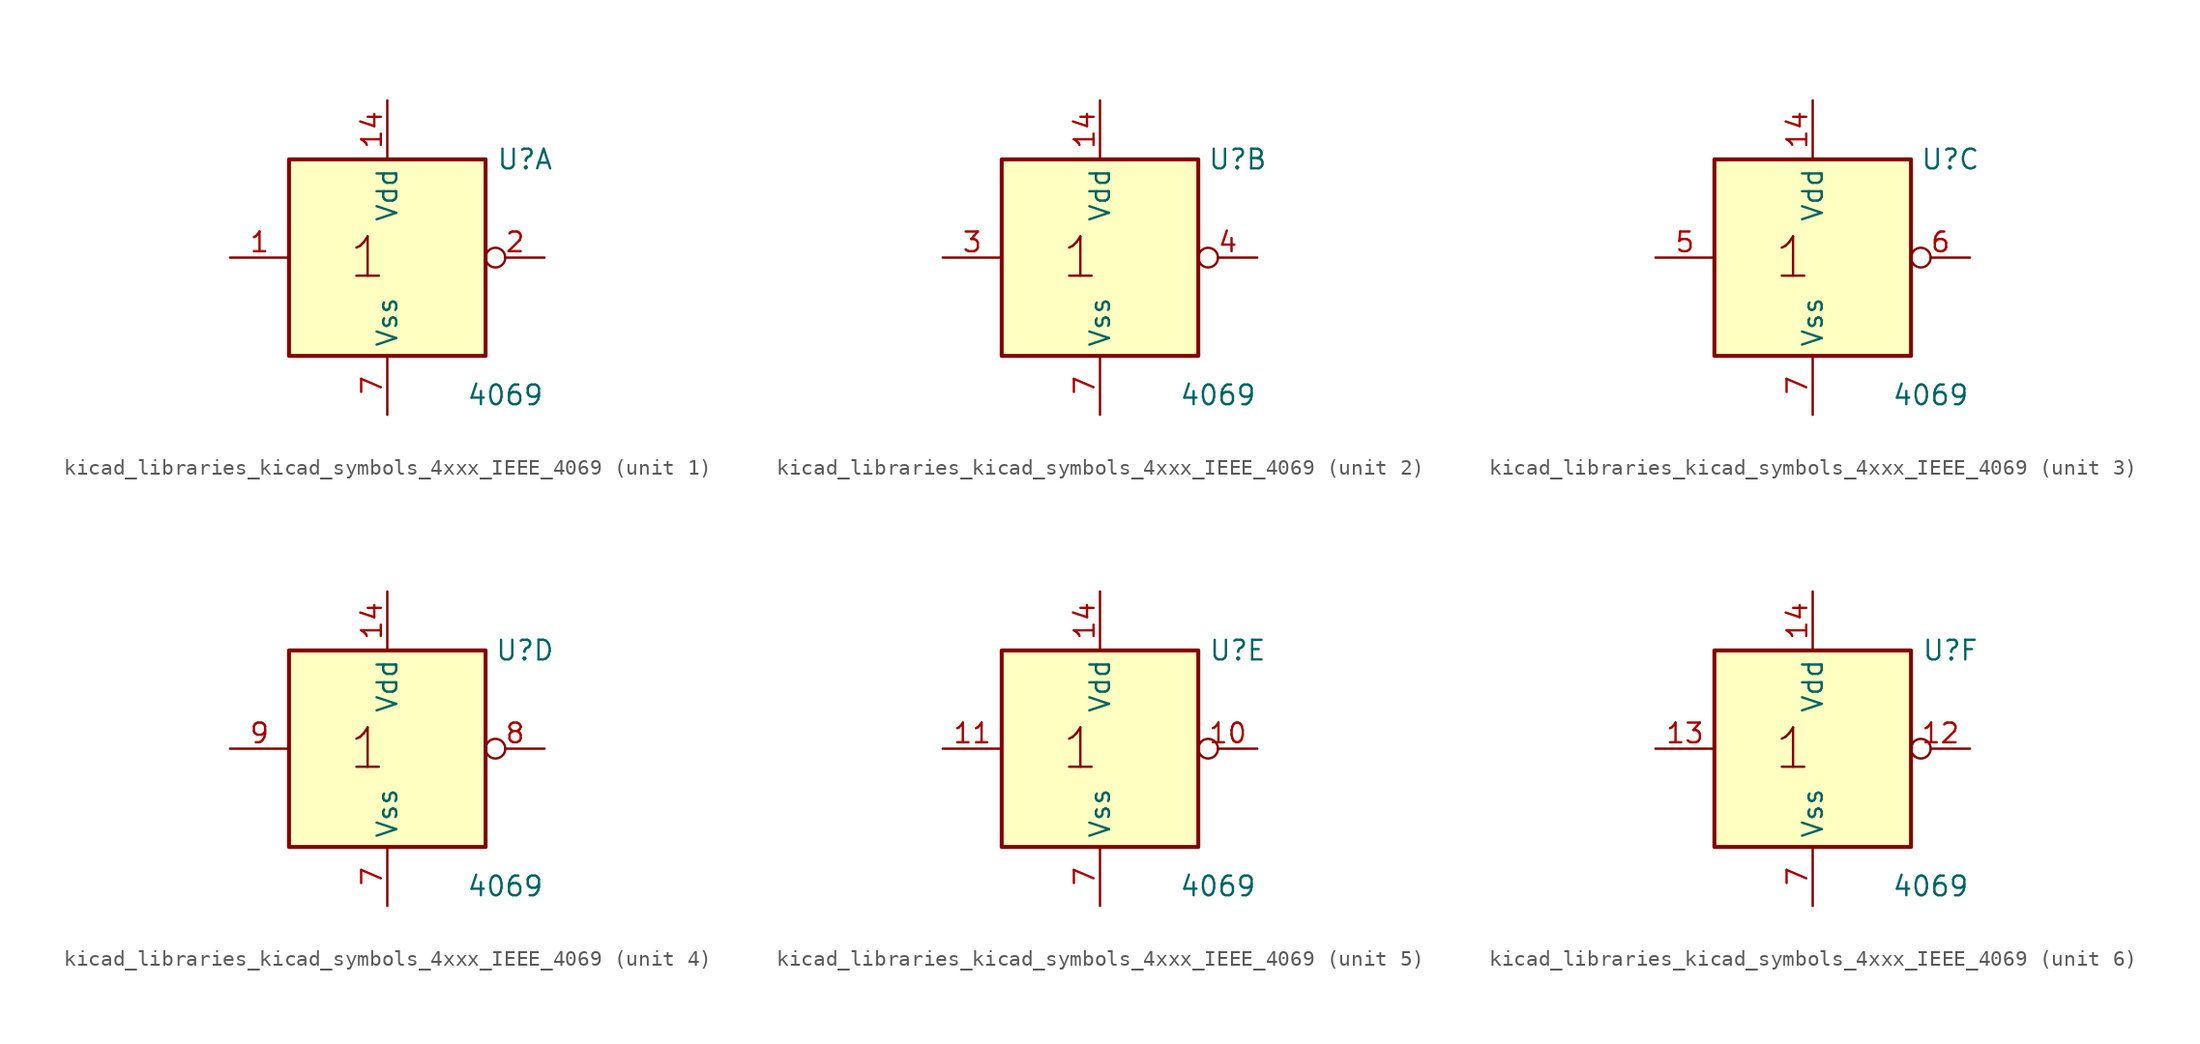
<source format=kicad_sym>
(kicad_symbol_lib
  (version 20220914)
  (generator kicad_symbol_editor)
  (symbol "kicad_libraries_kicad_symbols_4xxx_IEEE_4069"
    (property "Reference" "U"
      (at 8.89 6.35 0)
      (effects (font (size 1.27 1.27))))
    (property "Value" "4069"
      (at 7.62 -8.89 0)
      (effects (font (size 1.27 1.27))))
    (symbol "kicad_libraries_kicad_symbols_4xxx_IEEE_4069_0_0"
      (text "1" (at -1.27 0 0) (effects (font (size 2.54 2.54))))
      (pin power_in line (at 0 10.16 270) (length 3.81) (name "Vdd" (effects (font (size 1.27 1.27)))) (number "14" (effects (font (size 1.27 1.27)))))
      (pin power_in line (at 0 -10.16 90) (length 3.81) (name "Vss" (effects (font (size 1.27 1.27)))) (number "7" (effects (font (size 1.27 1.27))))))
    (symbol "kicad_libraries_kicad_symbols_4xxx_IEEE_4069_0_1"
      (rectangle (start -6.35 6.35) (end 6.35 -6.35) (stroke (width 0.254) (type default)) (fill (type background))))
    (symbol "kicad_libraries_kicad_symbols_4xxx_IEEE_4069_1_1"
      (pin input line (at -10.16 0 0) (length 3.81) (name "~" (effects (font (size 1.27 1.27)))) (number "1" (effects (font (size 1.27 1.27)))))
      (pin output inverted (at 10.16 0 180) (length 3.81) (name "~" (effects (font (size 1.27 1.27)))) (number "2" (effects (font (size 1.27 1.27))))))
    (symbol "kicad_libraries_kicad_symbols_4xxx_IEEE_4069_2_1"
      (pin input line (at -10.16 0 0) (length 3.81) (name "~" (effects (font (size 1.27 1.27)))) (number "3" (effects (font (size 1.27 1.27)))))
      (pin output inverted (at 10.16 0 180) (length 3.81) (name "~" (effects (font (size 1.27 1.27)))) (number "4" (effects (font (size 1.27 1.27))))))
    (symbol "kicad_libraries_kicad_symbols_4xxx_IEEE_4069_3_1"
      (pin input line (at -10.16 0 0) (length 3.81) (name "~" (effects (font (size 1.27 1.27)))) (number "5" (effects (font (size 1.27 1.27)))))
      (pin output inverted (at 10.16 0 180) (length 3.81) (name "~" (effects (font (size 1.27 1.27)))) (number "6" (effects (font (size 1.27 1.27))))))
    (symbol "kicad_libraries_kicad_symbols_4xxx_IEEE_4069_4_1"
      (pin output inverted (at 10.16 0 180) (length 3.81) (name "~" (effects (font (size 1.27 1.27)))) (number "8" (effects (font (size 1.27 1.27)))))
      (pin input line (at -10.16 0 0) (length 3.81) (name "~" (effects (font (size 1.27 1.27)))) (number "9" (effects (font (size 1.27 1.27))))))
    (symbol "kicad_libraries_kicad_symbols_4xxx_IEEE_4069_5_1"
      (pin output inverted (at 10.16 0 180) (length 3.81) (name "~" (effects (font (size 1.27 1.27)))) (number "10" (effects (font (size 1.27 1.27)))))
      (pin input line (at -10.16 0 0) (length 3.81) (name "~" (effects (font (size 1.27 1.27)))) (number "11" (effects (font (size 1.27 1.27))))))
    (symbol "kicad_libraries_kicad_symbols_4xxx_IEEE_4069_6_1"
      (pin output inverted (at 10.16 0 180) (length 3.81) (name "~" (effects (font (size 1.27 1.27)))) (number "12" (effects (font (size 1.27 1.27)))))
      (pin input line (at -10.16 0 0) (length 3.81) (name "~" (effects (font (size 1.27 1.27)))) (number "13" (effects (font (size 1.27 1.27))))))))
</source>
